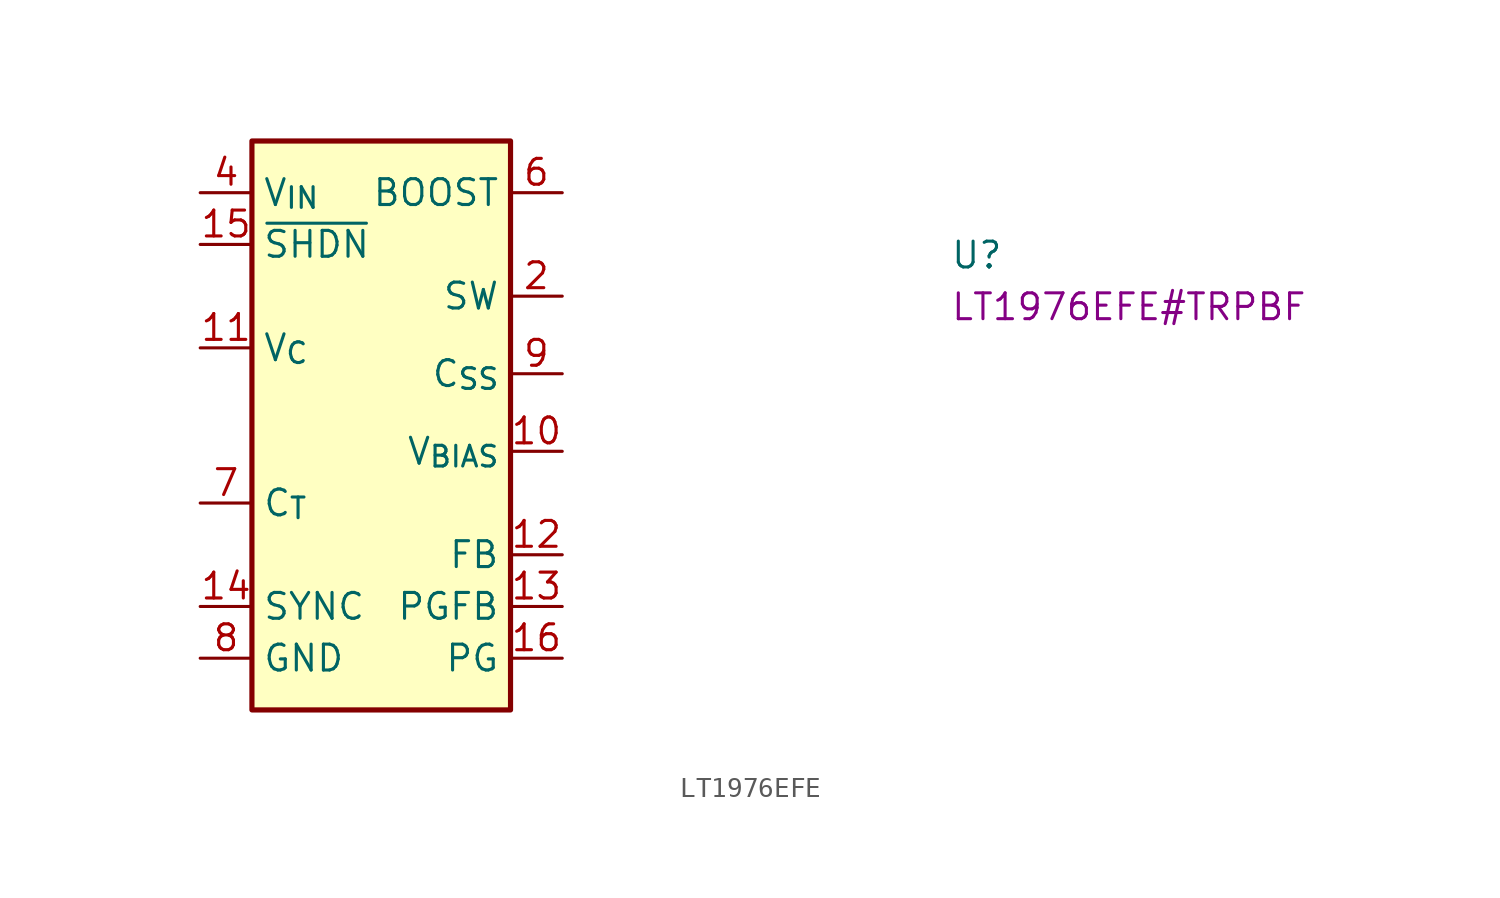
<source format=kicad_sym>
(kicad_symbol_lib
  (version 20220914)
  (generator kicad_symbol_editor)
  (symbol "LT1976EFE"
    (property "Reference" "U"
      (at 36.83 -3.81 0)
      (effects (font (size 1.27 1.27) (thickness 0.15)) (justify left bottom)))
    (property "MPN" "LT1976EFE#TRPBF"
      (at 36.83 -6.35 0)
      (effects (font (size 1.27 1.27) (thickness 0.15)) (justify left bottom)))
    (symbol "LT1976EFE_1_1"
      (rectangle (start 2.54 2.54) (end 15.24 -25.4) (stroke (width 0.254) (type default)) (fill (type background)))
      (pin no_connect line (at 0 -10.16 0) (length 2.54) hide (name "NC" (effects (font (size 1.27 1.27)))) (number "1" (effects (font (size 1.27 1.27)))))
      (pin input line (at 17.78 -12.7 180) (length 2.54) (name "V_{BIAS}" (effects (font (size 1.27 1.27)))) (number "10" (effects (font (size 1.27 1.27)))))
      (pin bidirectional line (at 0 -7.62 0) (length 2.54) (name "V_{C}" (effects (font (size 1.27 1.27)))) (number "11" (effects (font (size 1.27 1.27)))))
      (pin input line (at 17.78 -17.78 180) (length 2.54) (name "FB" (effects (font (size 1.27 1.27)))) (number "12" (effects (font (size 1.27 1.27)))))
      (pin input line (at 17.78 -20.32 180) (length 2.54) (name "PGFB" (effects (font (size 1.27 1.27)))) (number "13" (effects (font (size 1.27 1.27)))))
      (pin input line (at 0 -20.32 0) (length 2.54) (name "SYNC" (effects (font (size 1.27 1.27)))) (number "14" (effects (font (size 1.27 1.27)))))
      (pin input line (at 0 -2.54 0) (length 2.54) (name "~{SHDN}" (effects (font (size 1.27 1.27)))) (number "15" (effects (font (size 1.27 1.27)))))
      (pin output line (at 17.78 -22.86 180) (length 2.54) (name "PG" (effects (font (size 1.27 1.27)))) (number "16" (effects (font (size 1.27 1.27)))))
      (pin power_out line (at 17.78 -5.08 180) (length 2.54) (name "SW" (effects (font (size 1.27 1.27)))) (number "2" (effects (font (size 1.27 1.27)))))
      (pin no_connect line (at 0 -11.43 0) (length 2.54) hide (name "NC" (effects (font (size 1.27 1.27)))) (number "3" (effects (font (size 1.27 1.27)))))
      (pin power_in line (at 0 0 0) (length 2.54) (name "V_{IN}" (effects (font (size 1.27 1.27)))) (number "4" (effects (font (size 1.27 1.27)))))
      (pin no_connect line (at 0 -12.7 0) (length 2.54) hide (name "NC" (effects (font (size 1.27 1.27)))) (number "5" (effects (font (size 1.27 1.27)))))
      (pin input line (at 17.78 0 180) (length 2.54) (name "BOOST" (effects (font (size 1.27 1.27)))) (number "6" (effects (font (size 1.27 1.27)))))
      (pin passive line (at 0 -15.24 0) (length 2.54) (name "C_{T}" (effects (font (size 1.27 1.27)))) (number "7" (effects (font (size 1.27 1.27)))))
      (pin power_in line (at 0 -22.86 0) (length 2.54) (name "GND" (effects (font (size 1.27 1.27)))) (number "8" (effects (font (size 1.27 1.27)))))
      (pin passive line (at 17.78 -8.89 180) (length 2.54) (name "C_{SS}" (effects (font (size 1.27 1.27)))) (number "9" (effects (font (size 1.27 1.27))))))))
</source>
